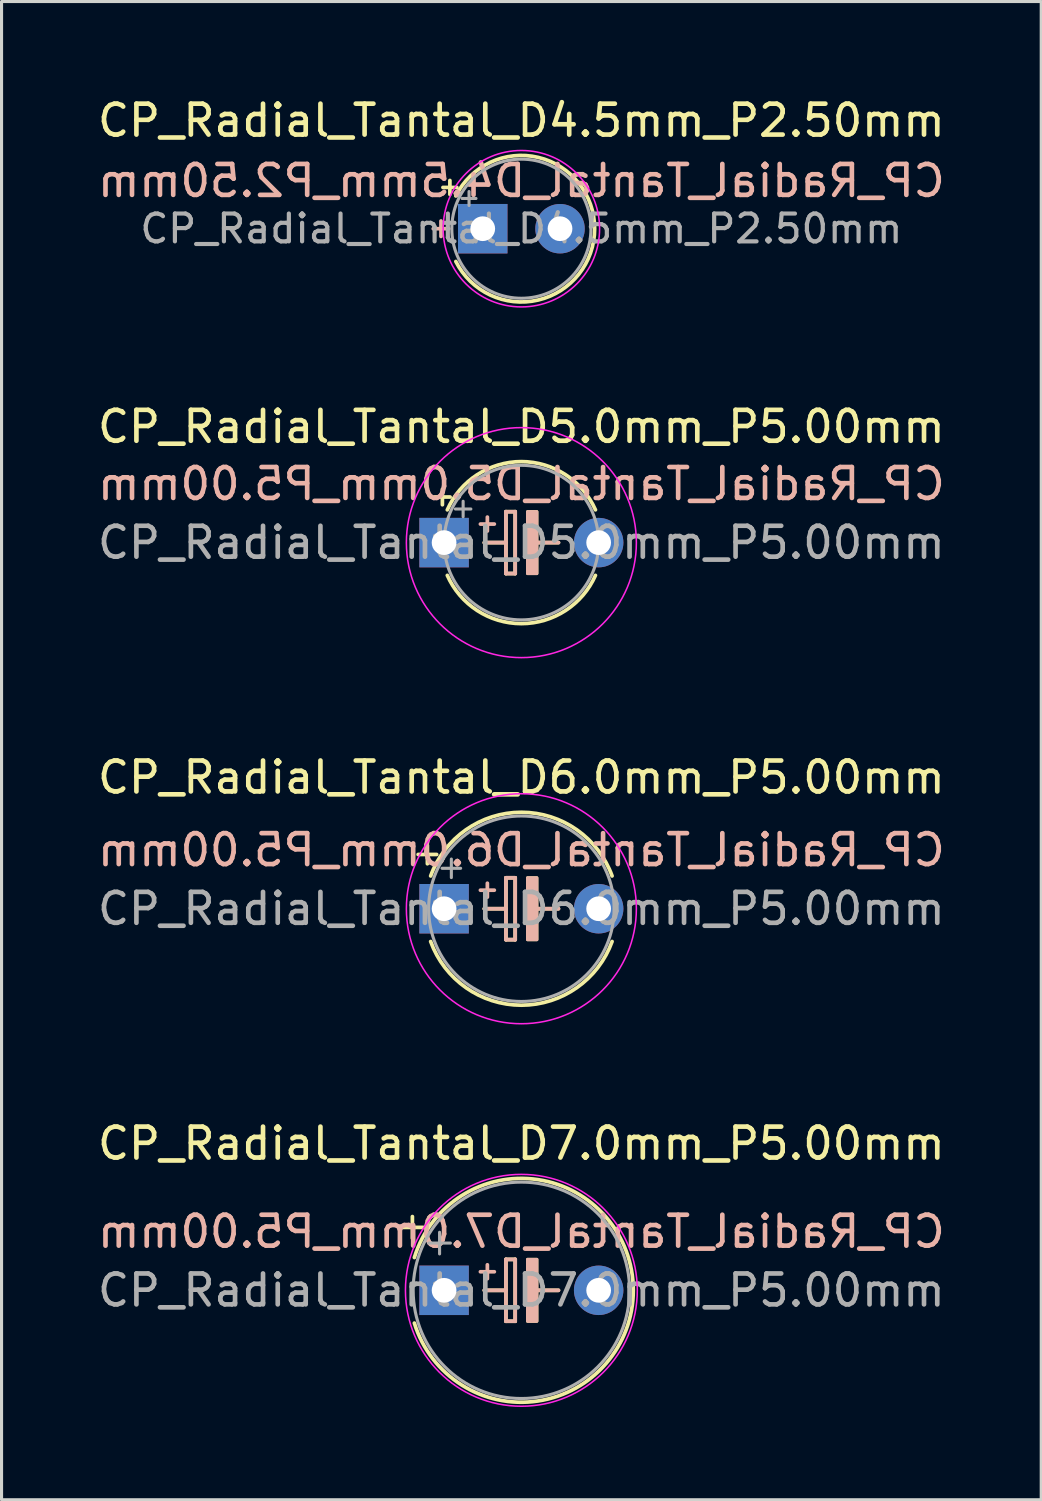
<source format=kicad_pcb>
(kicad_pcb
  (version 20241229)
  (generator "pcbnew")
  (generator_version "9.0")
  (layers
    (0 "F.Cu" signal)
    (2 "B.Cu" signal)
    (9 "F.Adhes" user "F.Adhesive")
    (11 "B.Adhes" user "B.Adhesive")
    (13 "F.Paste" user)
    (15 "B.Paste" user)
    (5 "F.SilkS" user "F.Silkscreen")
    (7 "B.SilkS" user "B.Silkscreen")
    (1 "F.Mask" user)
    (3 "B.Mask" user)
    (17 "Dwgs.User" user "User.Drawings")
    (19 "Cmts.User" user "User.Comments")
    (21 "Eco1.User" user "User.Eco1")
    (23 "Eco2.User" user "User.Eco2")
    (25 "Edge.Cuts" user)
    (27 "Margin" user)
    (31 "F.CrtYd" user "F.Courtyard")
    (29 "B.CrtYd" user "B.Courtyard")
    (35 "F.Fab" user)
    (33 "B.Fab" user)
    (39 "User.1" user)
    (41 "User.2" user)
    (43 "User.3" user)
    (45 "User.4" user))
  (footprint "CP_Radial_Tantal_D6.0mm_P5.00mm"
    (layer "F.Cu")
    (at 11.315 26.345)
    (property "Reference" "CP_Radial_Tantal_D6.0mm_P5.00mm" (at 2.5 -4.25 0) (layer "F.SilkS") (effects (font (size 1 1) (thickness 0.15))))
    (fp_line (start -0.84 -1.755) (end -0.24 -1.755) (stroke (width 0.12) (type solid)) (layer "F.SilkS"))
    (fp_line (start -0.54 -2.055) (end -0.54 -1.455) (stroke (width 0.12) (type solid)) (layer "F.SilkS"))
    (fp_line (start 1.3 0) (end 2 0) (stroke (width 0.12) (type solid)) (layer "F.SilkS"))
    (fp_line (start 2 -1) (end 2.3 -1) (stroke (width 0.12) (type solid)) (layer "F.SilkS"))
    (fp_line (start 2 1) (end 2 -1) (stroke (width 0.12) (type solid)) (layer "F.SilkS"))
    (fp_line (start 2.3 -1) (end 2.3 1) (stroke (width 0.12) (type solid)) (layer "F.SilkS"))
    (fp_line (start 2.3 1) (end 2 1) (stroke (width 0.12) (type solid)) (layer "F.SilkS"))
    (fp_line (start 3.7 0) (end 3 0) (stroke (width 0.12) (type solid)) (layer "F.SilkS"))
    (fp_arc (start -0.434416 -1.06) (mid 2.5 -3.12) (end 5.434416 -1.06) (stroke (width 0.12) (type solid)) (layer "F.SilkS"))
    (fp_arc (start 5.434416 1.06) (mid 2.5 3.12) (end -0.434416 1.06) (stroke (width 0.12) (type solid)) (layer "F.SilkS"))
    (fp_poly (pts (xy 3 1) (xy 2.7 1) (xy 2.7 -1) (xy 3 -1)) (stroke (width 0.1) (type solid)) (fill yes) (layer "F.SilkS"))
    (fp_line (start 1.3 0) (end 2 0) (stroke (width 0.12) (type solid)) (layer "B.SilkS"))
    (fp_line (start 1.4 -0.825) (end 1.4 -0.375) (stroke (width 0.12) (type solid)) (layer "B.SilkS"))
    (fp_line (start 1.625 -0.6) (end 1.175 -0.6) (stroke (width 0.12) (type solid)) (layer "B.SilkS"))
    (fp_line (start 2 -1) (end 2.3 -1) (stroke (width 0.12) (type solid)) (layer "B.SilkS"))
    (fp_line (start 2 1) (end 2 -1) (stroke (width 0.12) (type solid)) (layer "B.SilkS"))
    (fp_line (start 2.3 -1) (end 2.3 1) (stroke (width 0.12) (type solid)) (layer "B.SilkS"))
    (fp_line (start 2.3 1) (end 2 1) (stroke (width 0.12) (type solid)) (layer "B.SilkS"))
    (fp_line (start 3.7 0) (end 3 0) (stroke (width 0.12) (type solid)) (layer "B.SilkS"))
    (fp_poly (pts (xy 3 1) (xy 2.7 1) (xy 2.7 -1) (xy 3 -1)) (stroke (width 0.1) (type solid)) (fill yes) (layer "B.SilkS"))
    (fp_circle (center 2.5 0) (end 6.22 0) (stroke (width 0.05) (type solid)) (fill no) (layer "F.CrtYd"))
    (fp_line (start -0.065 -1.308) (end 0.535 -1.308) (stroke (width 0.1) (type solid)) (layer "F.Fab"))
    (fp_line (start 0.235 -1.607) (end 0.235 -1.008) (stroke (width 0.1) (type solid)) (layer "F.Fab"))
    (fp_circle (center 2.5 0) (end 5.5 0) (stroke (width 0.1) (type solid)) (fill no) (layer "F.Fab"))
    (fp_text user "${REFERENCE}" (at 2.5 -1.9 0) (layer "B.SilkS") (effects (font (size 1 1) (thickness 0.15)) (justify mirror)))
    (fp_text user "${REFERENCE}" (at 2.5 0 0) (layer "F.Fab") (effects (font (size 1 1) (thickness 0.15))))
    (pad "1" thru_hole rect (at 0 0) (size 1.6 1.6) (drill 0.8) (layers "*.Cu" "*.Mask"))
    (pad "2" thru_hole circle (at 5 0) (size 1.6 1.6) (drill 0.8) (layers "*.Cu" "*.Mask")))
  (footprint "CP_Radial_Tantal_D4.5mm_P2.50mm"
    (layer "F.Cu")
    (at 12.565 4.348)
    (property "Reference" "CP_Radial_Tantal_D4.5mm_P2.50mm" (at 1.25 -3.5 0) (layer "F.SilkS") (effects (font (size 1 1) (thickness 0.15))))
    (fp_line (start -1.287 -1.335) (end -0.837 -1.335) (stroke (width 0.12) (type solid)) (layer "F.SilkS"))
    (fp_line (start -1.062 -1.56) (end -1.062 -1.11) (stroke (width 0.12) (type solid)) (layer "F.SilkS"))
    (fp_arc (start -0.869741 -1.06) (mid 3.62 0) (end -0.869741 1.06) (stroke (width 0.12) (type solid)) (layer "F.SilkS"))
    (fp_line (start -1.35 -0.25) (end -1.35 0.25) (stroke (width 0.12) (type solid)) (layer "B.SilkS"))
    (fp_line (start -1.1 0) (end -1.6 0) (stroke (width 0.12) (type solid)) (layer "B.SilkS"))
    (fp_circle (center 1.25 0) (end 3.78 0) (stroke (width 0.05) (type solid)) (fill no) (layer "F.CrtYd"))
    (fp_line (start -0.668 -0.978) (end -0.218 -0.978) (stroke (width 0.1) (type solid)) (layer "F.Fab"))
    (fp_line (start -0.443 -1.202) (end -0.443 -0.752) (stroke (width 0.1) (type solid)) (layer "F.Fab"))
    (fp_circle (center 1.25 0) (end 3.5 0) (stroke (width 0.1) (type solid)) (fill no) (layer "F.Fab"))
    (fp_text user "${REFERENCE}" (at 1.25 -1.55 0) (layer "B.SilkS") (effects (font (size 1 1) (thickness 0.15)) (justify mirror)))
    (fp_text user "${REFERENCE}" (at 1.25 0 0) (layer "F.Fab") (effects (font (size 0.9 0.9) (thickness 0.135))))
    (pad "1" thru_hole rect (at 0 0) (size 1.6 1.6) (drill 0.8) (layers "*.Cu" "*.Mask"))
    (pad "2" thru_hole circle (at 2.5 0) (size 1.6 1.6) (drill 0.8) (layers "*.Cu" "*.Mask")))
  (footprint "CP_Radial_Tantal_D7.0mm_P5.00mm"
    (layer "F.Cu")
    (at 11.315 38.688)
    (property "Reference" "CP_Radial_Tantal_D7.0mm_P5.00mm" (at 2.5 -4.75 0) (layer "F.SilkS") (effects (font (size 1 1) (thickness 0.15))))
    (fp_line (start -1.375 -2.035) (end -0.675 -2.035) (stroke (width 0.12) (type solid)) (layer "F.SilkS"))
    (fp_line (start -1.025 -2.385) (end -1.025 -1.685) (stroke (width 0.12) (type solid)) (layer "F.SilkS"))
    (fp_line (start 1.3 0) (end 2 0) (stroke (width 0.12) (type solid)) (layer "F.SilkS"))
    (fp_line (start 2 -1) (end 2.3 -1) (stroke (width 0.12) (type solid)) (layer "F.SilkS"))
    (fp_line (start 2 1) (end 2 -1) (stroke (width 0.12) (type solid)) (layer "F.SilkS"))
    (fp_line (start 2.3 -1) (end 2.3 1) (stroke (width 0.12) (type solid)) (layer "F.SilkS"))
    (fp_line (start 2.3 1) (end 2 1) (stroke (width 0.12) (type solid)) (layer "F.SilkS"))
    (fp_line (start 3.7 0) (end 3 0) (stroke (width 0.12) (type solid)) (layer "F.SilkS"))
    (fp_arc (start -0.961329 -1.06) (mid 6.12 0) (end -0.961329 1.06) (stroke (width 0.12) (type solid)) (layer "F.SilkS"))
    (fp_poly (pts (xy 3 1) (xy 2.7 1) (xy 2.7 -1) (xy 3 -1)) (stroke (width 0.1) (type solid)) (fill yes) (layer "F.SilkS"))
    (fp_line (start 1.3 0) (end 2 0) (stroke (width 0.12) (type solid)) (layer "B.SilkS"))
    (fp_line (start 1.4 -0.825) (end 1.4 -0.375) (stroke (width 0.12) (type solid)) (layer "B.SilkS"))
    (fp_line (start 1.625 -0.6) (end 1.175 -0.6) (stroke (width 0.12) (type solid)) (layer "B.SilkS"))
    (fp_line (start 2 -1) (end 2.3 -1) (stroke (width 0.12) (type solid)) (layer "B.SilkS"))
    (fp_line (start 2 1) (end 2 -1) (stroke (width 0.12) (type solid)) (layer "B.SilkS"))
    (fp_line (start 2.3 -1) (end 2.3 1) (stroke (width 0.12) (type solid)) (layer "B.SilkS"))
    (fp_line (start 2.3 1) (end 2 1) (stroke (width 0.12) (type solid)) (layer "B.SilkS"))
    (fp_line (start 3.7 0) (end 3 0) (stroke (width 0.12) (type solid)) (layer "B.SilkS"))
    (fp_poly (pts (xy 3 1) (xy 2.7 1) (xy 2.7 -1) (xy 3 -1)) (stroke (width 0.1) (type solid)) (fill yes) (layer "B.SilkS"))
    (fp_circle (center 2.5 0) (end 6.25 0) (stroke (width 0.05) (type solid)) (fill no) (layer "F.CrtYd"))
    (fp_line (start -0.496 -1.528) (end 0.204 -1.528) (stroke (width 0.1) (type solid)) (layer "F.Fab"))
    (fp_line (start -0.146 -1.877) (end -0.146 -1.177) (stroke (width 0.1) (type solid)) (layer "F.Fab"))
    (fp_circle (center 2.5 0) (end 6 0) (stroke (width 0.1) (type solid)) (fill no) (layer "F.Fab"))
    (fp_text user "${REFERENCE}" (at 2.5 -1.9 0) (layer "B.SilkS") (effects (font (size 1 1) (thickness 0.15)) (justify mirror)))
    (fp_text user "${REFERENCE}" (at 2.5 0 0) (layer "F.Fab") (effects (font (size 1 1) (thickness 0.15))))
    (pad "1" thru_hole rect (at 0 0) (size 1.6 1.6) (drill 0.8) (layers "*.Cu" "*.Mask"))
    (pad "2" thru_hole circle (at 5 0) (size 1.6 1.6) (drill 0.8) (layers "*.Cu" "*.Mask")))
  (footprint "CP_Radial_Tantal_D5.0mm_P5.00mm"
    (layer "F.Cu")
    (at 11.315 14.502)
    (property "Reference" "CP_Radial_Tantal_D5.0mm_P5.00mm" (at 2.5 -3.75 0) (layer "F.SilkS") (effects (font (size 1 1) (thickness 0.15))))
    (fp_line (start -0.305 -1.475) (end 0.195 -1.475) (stroke (width 0.12) (type solid)) (layer "F.SilkS"))
    (fp_line (start -0.055 -1.725) (end -0.055 -1.225) (stroke (width 0.12) (type solid)) (layer "F.SilkS"))
    (fp_line (start 1.3 0) (end 2 0) (stroke (width 0.12) (type solid)) (layer "F.SilkS"))
    (fp_line (start 2 -1) (end 2.3 -1) (stroke (width 0.12) (type solid)) (layer "F.SilkS"))
    (fp_line (start 2 1) (end 2 -1) (stroke (width 0.12) (type solid)) (layer "F.SilkS"))
    (fp_line (start 2.3 -1) (end 2.3 1) (stroke (width 0.12) (type solid)) (layer "F.SilkS"))
    (fp_line (start 2.3 1) (end 2 1) (stroke (width 0.12) (type solid)) (layer "F.SilkS"))
    (fp_line (start 3.7 0) (end 3 0) (stroke (width 0.12) (type solid)) (layer "F.SilkS"))
    (fp_arc (start 0.104003 -1.06) (mid 2.5 -2.62) (end 4.895997 -1.06) (stroke (width 0.12) (type solid)) (layer "F.SilkS"))
    (fp_arc (start 4.895997 1.06) (mid 2.5 2.62) (end 0.104003 1.06) (stroke (width 0.12) (type solid)) (layer "F.SilkS"))
    (fp_poly (pts (xy 3 1) (xy 2.7 1) (xy 2.7 -1) (xy 3 -1)) (stroke (width 0.1) (type solid)) (fill yes) (layer "F.SilkS"))
    (fp_line (start 1.3 0) (end 2 0) (stroke (width 0.12) (type solid)) (layer "B.SilkS"))
    (fp_line (start 1.4 -0.825) (end 1.4 -0.375) (stroke (width 0.12) (type solid)) (layer "B.SilkS"))
    (fp_line (start 1.625 -0.6) (end 1.175 -0.6) (stroke (width 0.12) (type solid)) (layer "B.SilkS"))
    (fp_line (start 2 -1) (end 2.3 -1) (stroke (width 0.12) (type solid)) (layer "B.SilkS"))
    (fp_line (start 2 1) (end 2 -1) (stroke (width 0.12) (type solid)) (layer "B.SilkS"))
    (fp_line (start 2.3 -1) (end 2.3 1) (stroke (width 0.12) (type solid)) (layer "B.SilkS"))
    (fp_line (start 2.3 1) (end 2 1) (stroke (width 0.12) (type solid)) (layer "B.SilkS"))
    (fp_line (start 3.7 0) (end 3 0) (stroke (width 0.12) (type solid)) (layer "B.SilkS"))
    (fp_poly (pts (xy 3 1) (xy 2.7 1) (xy 2.7 -1) (xy 3 -1)) (stroke (width 0.1) (type solid)) (fill yes) (layer "B.SilkS"))
    (fp_circle (center 2.5 0) (end 6.22 0) (stroke (width 0.05) (type solid)) (fill no) (layer "F.CrtYd"))
    (fp_line (start 0.366 -1.087) (end 0.866 -1.087) (stroke (width 0.1) (type solid)) (layer "F.Fab"))
    (fp_line (start 0.616 -1.337) (end 0.616 -0.838) (stroke (width 0.1) (type solid)) (layer "F.Fab"))
    (fp_circle (center 2.5 0) (end 5 0) (stroke (width 0.1) (type solid)) (fill no) (layer "F.Fab"))
    (fp_text user "${REFERENCE}" (at 2.5 -1.9 0) (layer "B.SilkS") (effects (font (size 1 1) (thickness 0.15)) (justify mirror)))
    (fp_text user "${REFERENCE}" (at 2.5 0 0) (layer "F.Fab") (effects (font (size 1 1) (thickness 0.15))))
    (pad "1" thru_hole rect (at 0 0) (size 1.6 1.6) (drill 0.8) (layers "*.Cu" "*.Mask"))
    (pad "2" thru_hole circle (at 5 0) (size 1.6 1.6) (drill 0.8) (layers "*.Cu" "*.Mask")))
  (gr_rect
    (start -3 -3)
    (end 30.631 45.463)
    (stroke (width 0.1) (type default))
    (fill no)
    (layer "Edge.Cuts")))
</source>
